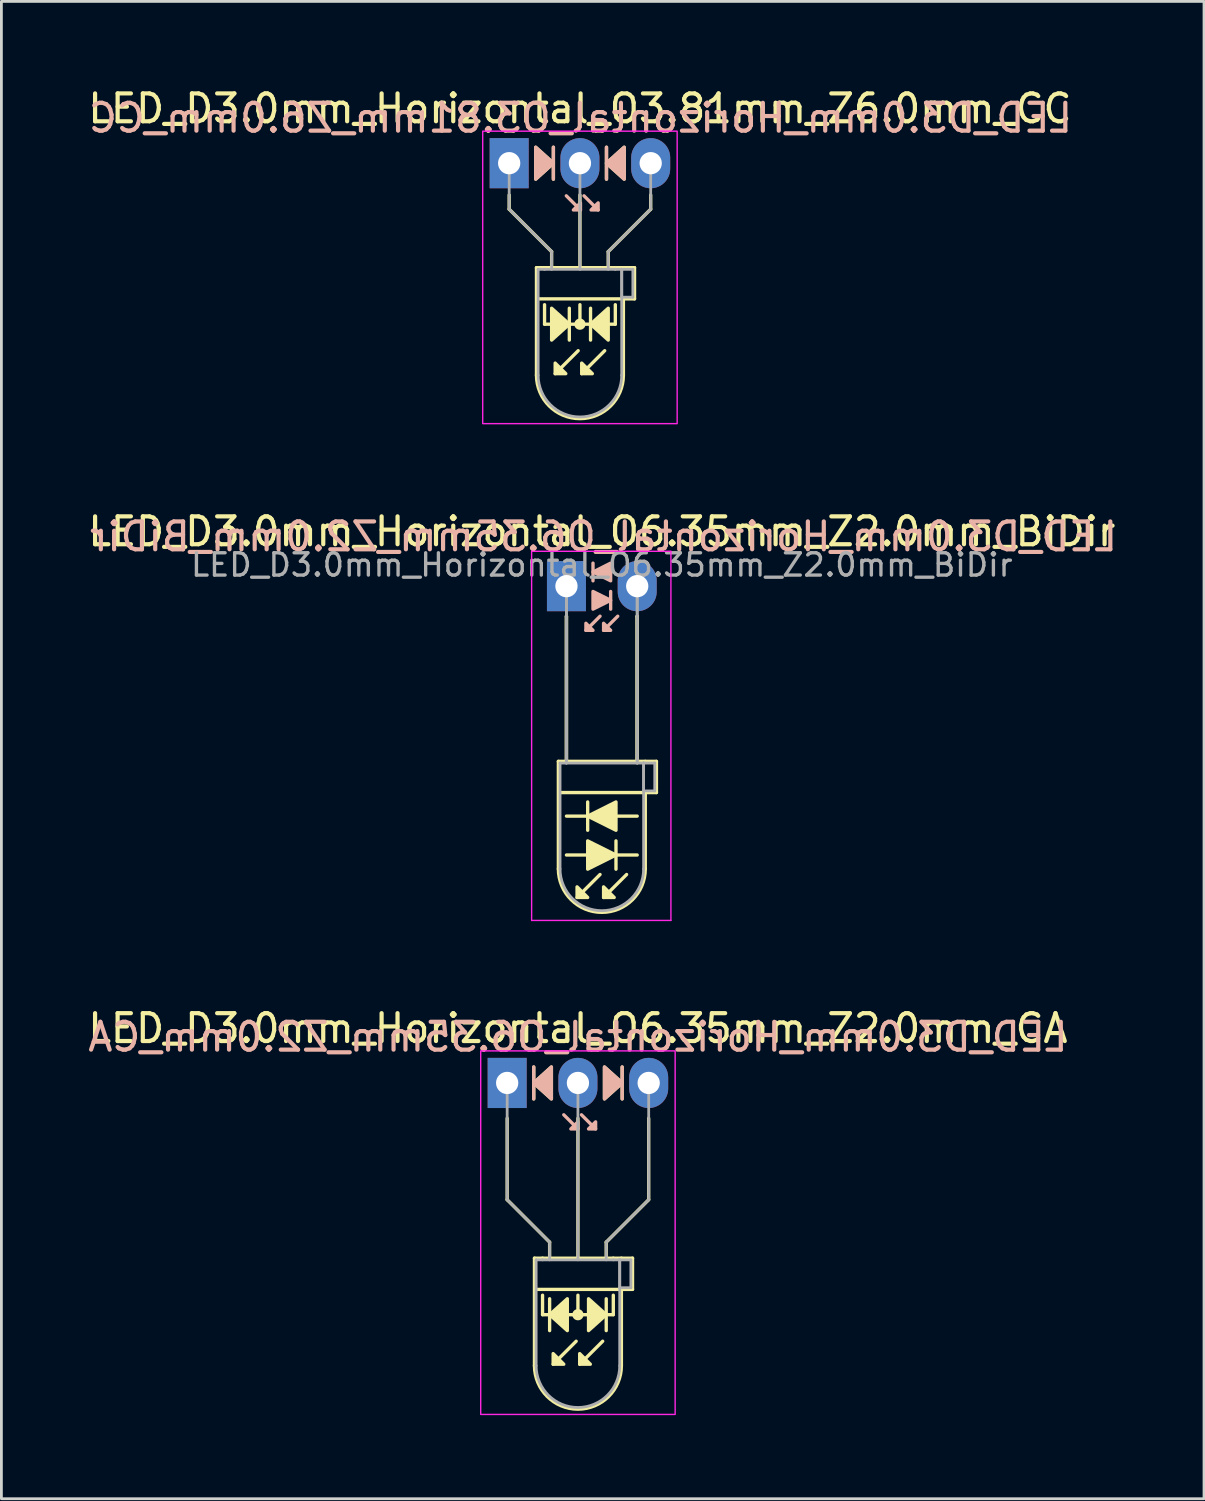
<source format=kicad_pcb>
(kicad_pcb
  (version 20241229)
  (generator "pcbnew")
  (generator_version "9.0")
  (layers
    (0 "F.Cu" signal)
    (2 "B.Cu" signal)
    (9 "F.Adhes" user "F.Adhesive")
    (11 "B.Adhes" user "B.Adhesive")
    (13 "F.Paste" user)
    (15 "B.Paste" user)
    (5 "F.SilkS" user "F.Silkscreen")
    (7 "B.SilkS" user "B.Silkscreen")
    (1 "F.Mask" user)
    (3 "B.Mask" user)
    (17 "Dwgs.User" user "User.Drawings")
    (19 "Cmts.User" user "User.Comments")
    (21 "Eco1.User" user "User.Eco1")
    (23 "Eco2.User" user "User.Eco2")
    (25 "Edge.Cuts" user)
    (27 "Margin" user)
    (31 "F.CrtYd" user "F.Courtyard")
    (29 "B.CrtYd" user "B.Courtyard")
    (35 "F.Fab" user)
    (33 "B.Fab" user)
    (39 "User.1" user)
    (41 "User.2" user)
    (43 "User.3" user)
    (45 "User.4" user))
  (footprint "LED_D3.0mm_Horizontal_O6.35mm_Z2.0mm_CA"
    (layer "F.Cu")
    (at 15.156 35.825)
    (property "Reference" "LED_D3.0mm_Horizontal_O6.35mm_Z2.0mm_CA" (at 2.54 -1.96 0) (layer "F.SilkS") (effects (font (size 1 1) (thickness 0.15))))
    (fp_line (start 0 1.27) (end 0 4.191) (stroke (width 0.12) (type default)) (layer "F.SilkS"))
    (fp_line (start 0 4.191) (end 1.524 5.715) (stroke (width 0.12) (type default)) (layer "F.SilkS"))
    (fp_line (start 0.953 -0.572) (end 0.953 0.572) (stroke (width 0.12) (type solid)) (layer "F.SilkS"))
    (fp_line (start 0.98 6.29) (end 0.98 10.15) (stroke (width 0.12) (type solid)) (layer "F.SilkS"))
    (fp_line (start 0.98 6.29) (end 4.1 6.29) (stroke (width 0.12) (type solid)) (layer "F.SilkS"))
    (fp_line (start 1.27 6.29) (end 1.27 6.29) (stroke (width 0.12) (type solid)) (layer "F.SilkS"))
    (fp_line (start 1.27 8.319) (end 1.27 7.62) (stroke (width 0.12) (type default)) (layer "F.SilkS"))
    (fp_line (start 1.524 5.715) (end 1.524 6.223) (stroke (width 0.12) (type default)) (layer "F.SilkS"))
    (fp_line (start 1.524 7.747) (end 1.524 8.89) (stroke (width 0.12) (type solid)) (layer "F.SilkS"))
    (fp_line (start 2.477 9.271) (end 1.651 10.097) (stroke (width 0.12) (type solid)) (layer "F.SilkS"))
    (fp_line (start 2.54 6.29) (end 2.54 1.27) (stroke (width 0.12) (type default)) (layer "F.SilkS"))
    (fp_line (start 2.54 8.319) (end 2.54 7.62) (stroke (width 0.12) (type default)) (layer "F.SilkS"))
    (fp_line (start 3.429 9.271) (end 2.603 10.097) (stroke (width 0.12) (type solid)) (layer "F.SilkS"))
    (fp_line (start 3.556 5.715) (end 3.556 6.223) (stroke (width 0.12) (type default)) (layer "F.SilkS"))
    (fp_line (start 3.556 8.89) (end 3.556 7.747) (stroke (width 0.12) (type solid)) (layer "F.SilkS"))
    (fp_line (start 3.81 6.29) (end 3.81 6.29) (stroke (width 0.12) (type solid)) (layer "F.SilkS"))
    (fp_line (start 3.81 8.319) (end 1.27 8.319) (stroke (width 0.12) (type default)) (layer "F.SilkS"))
    (fp_line (start 3.81 8.319) (end 3.81 7.62) (stroke (width 0.12) (type default)) (layer "F.SilkS"))
    (fp_line (start 4.1 6.29) (end 4.5 6.29) (stroke (width 0.12) (type solid)) (layer "F.SilkS"))
    (fp_line (start 4.1 7.41) (end 4.1 10.15) (stroke (width 0.12) (type solid)) (layer "F.SilkS"))
    (fp_line (start 4.128 0.572) (end 4.128 -0.572) (stroke (width 0.12) (type solid)) (layer "F.SilkS"))
    (fp_line (start 4.5 6.29) (end 4.5 7.41) (stroke (width 0.12) (type solid)) (layer "F.SilkS"))
    (fp_line (start 4.5 7.41) (end 1.016 7.41) (stroke (width 0.12) (type solid)) (layer "F.SilkS"))
    (fp_line (start 5.08 1.27) (end 5.08 4.191) (stroke (width 0.12) (type default)) (layer "F.SilkS"))
    (fp_line (start 5.08 4.191) (end 3.556 5.715) (stroke (width 0.12) (type default)) (layer "F.SilkS"))
    (fp_arc (start 4.1 10.15) (mid 2.54 11.71) (end 0.98 10.15) (stroke (width 0.12) (type solid)) (layer "F.SilkS"))
    (fp_circle (center 2.54 8.319) (end 2.682 8.319) (stroke (width 0.12) (type solid)) (fill yes) (layer "F.SilkS"))
    (fp_poly (pts (xy 1.587 0.572) (xy 0.953 0) (xy 1.587 -0.572)) (stroke (width 0.12) (type solid)) (fill yes) (layer "F.SilkS"))
    (fp_poly (pts (xy 1.651 9.716) (xy 2.032 10.097) (xy 1.651 10.097)) (stroke (width 0.12) (type solid)) (fill yes) (layer "F.SilkS"))
    (fp_poly (pts (xy 2.159 8.89) (xy 1.524 8.319) (xy 2.159 7.747)) (stroke (width 0.12) (type solid)) (fill yes) (layer "F.SilkS"))
    (fp_poly (pts (xy 2.603 9.716) (xy 2.985 10.097) (xy 2.603 10.097)) (stroke (width 0.12) (type solid)) (fill yes) (layer "F.SilkS"))
    (fp_poly (pts (xy 2.921 7.747) (xy 3.556 8.319) (xy 2.921 8.89)) (stroke (width 0.12) (type solid)) (fill yes) (layer "F.SilkS"))
    (fp_poly (pts (xy 3.493 -0.572) (xy 4.128 0) (xy 3.493 0.572)) (stroke (width 0.12) (type solid)) (fill yes) (layer "F.SilkS"))
    (fp_line (start 0.953 -0.572) (end 0.953 0.572) (stroke (width 0.12) (type solid)) (layer "B.SilkS"))
    (fp_line (start 2.54 1.651) (end 2.032 1.143) (stroke (width 0.12) (type solid)) (layer "B.SilkS"))
    (fp_line (start 3.175 1.651) (end 2.667 1.143) (stroke (width 0.12) (type solid)) (layer "B.SilkS"))
    (fp_line (start 4.128 0.572) (end 4.128 -0.572) (stroke (width 0.12) (type solid)) (layer "B.SilkS"))
    (fp_poly (pts (xy 1.587 0.572) (xy 0.953 0) (xy 1.587 -0.572)) (stroke (width 0.12) (type solid)) (fill yes) (layer "B.SilkS"))
    (fp_poly (pts (xy 2.54 1.397) (xy 2.286 1.651) (xy 2.54 1.651)) (stroke (width 0.12) (type solid)) (fill yes) (layer "B.SilkS"))
    (fp_poly (pts (xy 3.175 1.397) (xy 2.921 1.651) (xy 3.175 1.651)) (stroke (width 0.12) (type solid)) (fill yes) (layer "B.SilkS"))
    (fp_poly (pts (xy 3.493 0.572) (xy 4.128 0) (xy 3.493 -0.572)) (stroke (width 0.12) (type solid)) (fill yes) (layer "B.SilkS"))
    (fp_rect (start -0.95 -1.15) (end 6.03 11.9) (stroke (width 0.05) (type default)) (fill no) (layer "F.CrtYd"))
    (fp_line (start 0 0) (end 0 0) (stroke (width 0.1) (type solid)) (layer "F.Fab"))
    (fp_line (start 0 4.191) (end 0 0) (stroke (width 0.1) (type default)) (layer "F.Fab"))
    (fp_line (start 1.04 6.35) (end 1.04 10.15) (stroke (width 0.1) (type solid)) (layer "F.Fab"))
    (fp_line (start 1.04 6.35) (end 4.04 6.35) (stroke (width 0.1) (type solid)) (layer "F.Fab"))
    (fp_line (start 1.27 6.35) (end 1.27 6.35) (stroke (width 0.1) (type solid)) (layer "F.Fab"))
    (fp_line (start 1.524 5.715) (end 0 4.191) (stroke (width 0.1) (type default)) (layer "F.Fab"))
    (fp_line (start 1.524 6.35) (end 1.524 5.715) (stroke (width 0.1) (type default)) (layer "F.Fab"))
    (fp_line (start 2.54 0) (end 2.54 0) (stroke (width 0.1) (type solid)) (layer "F.Fab"))
    (fp_line (start 2.54 0) (end 2.54 6.35) (stroke (width 0.1) (type default)) (layer "F.Fab"))
    (fp_line (start 3.556 5.715) (end 5.08 4.191) (stroke (width 0.1) (type default)) (layer "F.Fab"))
    (fp_line (start 3.556 6.35) (end 3.556 5.715) (stroke (width 0.1) (type default)) (layer "F.Fab"))
    (fp_line (start 3.81 6.35) (end 3.81 6.35) (stroke (width 0.1) (type solid)) (layer "F.Fab"))
    (fp_line (start 4.04 6.35) (end 4.04 10.15) (stroke (width 0.1) (type solid)) (layer "F.Fab"))
    (fp_line (start 4.04 6.35) (end 4.44 6.35) (stroke (width 0.1) (type solid)) (layer "F.Fab"))
    (fp_line (start 4.04 7.35) (end 4.04 6.35) (stroke (width 0.1) (type solid)) (layer "F.Fab"))
    (fp_line (start 4.44 6.35) (end 4.44 7.35) (stroke (width 0.1) (type solid)) (layer "F.Fab"))
    (fp_line (start 4.44 7.35) (end 4.04 7.35) (stroke (width 0.1) (type solid)) (layer "F.Fab"))
    (fp_line (start 5.08 4.191) (end 5.08 0) (stroke (width 0.1) (type default)) (layer "F.Fab"))
    (fp_arc (start 4.04 10.15) (mid 2.54 11.65) (end 1.04 10.15) (stroke (width 0.1) (type solid)) (layer "F.Fab"))
    (fp_text user "${REFERENCE}" (at 2.54 -1.651 0) (layer "B.SilkS") (effects (font (size 1 1) (thickness 0.15)) (justify mirror)))
    (pad "1" thru_hole rect (at 0 0) (size 1.4 1.8) (drill 0.8) (layers "*.Cu" "*.Mask"))
    (pad "2" thru_hole oval (at 2.54 0) (size 1.4 1.8) (drill 0.8) (layers "*.Cu" "*.Mask"))
    (pad "3" thru_hole oval (at 5.08 0) (size 1.4 1.8) (drill 0.8) (layers "*.Cu" "*.Mask")))
  (footprint "LED_D3.0mm_Horizontal_O6.35mm_Z2.0mm_BiDir"
    (layer "F.Cu")
    (at 17.284 17.991)
    (property "Reference" "LED_D3.0mm_Horizontal_O6.35mm_Z2.0mm_BiDir" (at 1.27 -1.96 0) (layer "F.SilkS") (effects (font (size 1 1) (thickness 0.15))))
    (fp_line (start -0.29 6.29) (end -0.29 10.15) (stroke (width 0.12) (type solid)) (layer "F.SilkS"))
    (fp_line (start -0.29 6.29) (end 2.83 6.29) (stroke (width 0.12) (type solid)) (layer "F.SilkS"))
    (fp_line (start 0 1.08) (end 0 1.08) (stroke (width 0.12) (type solid)) (layer "F.SilkS"))
    (fp_line (start 0 1.08) (end 0 6.29) (stroke (width 0.12) (type solid)) (layer "F.SilkS"))
    (fp_line (start 0 6.29) (end 0 1.08) (stroke (width 0.12) (type solid)) (layer "F.SilkS"))
    (fp_line (start 0 6.29) (end 0 6.29) (stroke (width 0.12) (type solid)) (layer "F.SilkS"))
    (fp_line (start 0 9.652) (end 2.54 9.652) (stroke (width 0.12) (type solid)) (layer "F.SilkS"))
    (fp_line (start 0.762 7.747) (end 0.762 8.763) (stroke (width 0.12) (type solid)) (layer "F.SilkS"))
    (fp_line (start 1.206 10.351) (end 0.381 11.176) (stroke (width 0.12) (type solid)) (layer "F.SilkS"))
    (fp_line (start 1.778 10.16) (end 1.778 9.144) (stroke (width 0.12) (type solid)) (layer "F.SilkS"))
    (fp_line (start 2.159 10.351) (end 1.333 11.176) (stroke (width 0.12) (type solid)) (layer "F.SilkS"))
    (fp_line (start 2.54 1.08) (end 2.54 1.08) (stroke (width 0.12) (type solid)) (layer "F.SilkS"))
    (fp_line (start 2.54 1.08) (end 2.54 6.29) (stroke (width 0.12) (type solid)) (layer "F.SilkS"))
    (fp_line (start 2.54 6.29) (end 2.54 1.08) (stroke (width 0.12) (type solid)) (layer "F.SilkS"))
    (fp_line (start 2.54 6.29) (end 2.54 6.29) (stroke (width 0.12) (type solid)) (layer "F.SilkS"))
    (fp_line (start 2.54 8.255) (end 0 8.255) (stroke (width 0.12) (type solid)) (layer "F.SilkS"))
    (fp_line (start 2.83 6.29) (end 3.23 6.29) (stroke (width 0.12) (type solid)) (layer "F.SilkS"))
    (fp_line (start 2.83 7.41) (end 2.83 10.15) (stroke (width 0.12) (type solid)) (layer "F.SilkS"))
    (fp_line (start 3.23 6.29) (end 3.23 7.41) (stroke (width 0.12) (type solid)) (layer "F.SilkS"))
    (fp_line (start 3.23 7.41) (end -0.254 7.41) (stroke (width 0.12) (type solid)) (layer "F.SilkS"))
    (fp_arc (start 2.83 10.15) (mid 1.27 11.71) (end -0.29 10.15) (stroke (width 0.12) (type solid)) (layer "F.SilkS"))
    (fp_poly (pts (xy 0.381 10.795) (xy 0.762 11.176) (xy 0.381 11.176)) (stroke (width 0.12) (type solid)) (fill yes) (layer "F.SilkS"))
    (fp_poly (pts (xy 0.762 9.144) (xy 1.778 9.652) (xy 0.762 10.16)) (stroke (width 0.12) (type solid)) (fill yes) (layer "F.SilkS"))
    (fp_poly (pts (xy 1.333 10.795) (xy 1.714 11.176) (xy 1.333 11.176)) (stroke (width 0.12) (type solid)) (fill yes) (layer "F.SilkS"))
    (fp_poly (pts (xy 1.778 8.763) (xy 0.762 8.255) (xy 1.778 7.747)) (stroke (width 0.12) (type solid)) (fill yes) (layer "F.SilkS"))
    (fp_line (start 0.953 -0.826) (end 0.953 -0.191) (stroke (width 0.12) (type solid)) (layer "B.SilkS"))
    (fp_line (start 1.206 1.079) (end 0.699 1.587) (stroke (width 0.12) (type solid)) (layer "B.SilkS"))
    (fp_line (start 1.587 0.826) (end 1.587 0.191) (stroke (width 0.12) (type solid)) (layer "B.SilkS"))
    (fp_line (start 1.841 1.079) (end 1.333 1.587) (stroke (width 0.12) (type solid)) (layer "B.SilkS"))
    (fp_poly (pts (xy 0.699 1.333) (xy 0.953 1.587) (xy 0.699 1.587)) (stroke (width 0.12) (type solid)) (fill yes) (layer "B.SilkS"))
    (fp_poly (pts (xy 0.953 0.191) (xy 1.587 0.508) (xy 0.953 0.826)) (stroke (width 0.12) (type solid)) (fill yes) (layer "B.SilkS"))
    (fp_poly (pts (xy 1.333 1.333) (xy 1.587 1.587) (xy 1.333 1.587)) (stroke (width 0.12) (type solid)) (fill yes) (layer "B.SilkS"))
    (fp_poly (pts (xy 1.587 -0.191) (xy 0.953 -0.508) (xy 1.587 -0.826)) (stroke (width 0.12) (type solid)) (fill yes) (layer "B.SilkS"))
    (fp_line (start -1.25 -1.25) (end -1.25 12) (stroke (width 0.05) (type solid)) (layer "F.CrtYd"))
    (fp_line (start -1.25 12) (end 3.75 12) (stroke (width 0.05) (type solid)) (layer "F.CrtYd"))
    (fp_line (start 3.75 -1.25) (end -1.25 -1.25) (stroke (width 0.05) (type solid)) (layer "F.CrtYd"))
    (fp_line (start 3.75 12) (end 3.75 -1.25) (stroke (width 0.05) (type solid)) (layer "F.CrtYd"))
    (fp_line (start -0.23 6.35) (end -0.23 10.15) (stroke (width 0.1) (type solid)) (layer "F.Fab"))
    (fp_line (start -0.23 6.35) (end 2.77 6.35) (stroke (width 0.1) (type solid)) (layer "F.Fab"))
    (fp_line (start 0 0) (end 0 0) (stroke (width 0.1) (type solid)) (layer "F.Fab"))
    (fp_line (start 0 0) (end 0 6.35) (stroke (width 0.1) (type solid)) (layer "F.Fab"))
    (fp_line (start 0 6.35) (end 0 0) (stroke (width 0.1) (type solid)) (layer "F.Fab"))
    (fp_line (start 0 6.35) (end 0 6.35) (stroke (width 0.1) (type solid)) (layer "F.Fab"))
    (fp_line (start 2.54 0) (end 2.54 0) (stroke (width 0.1) (type solid)) (layer "F.Fab"))
    (fp_line (start 2.54 0) (end 2.54 6.35) (stroke (width 0.1) (type solid)) (layer "F.Fab"))
    (fp_line (start 2.54 6.35) (end 2.54 0) (stroke (width 0.1) (type solid)) (layer "F.Fab"))
    (fp_line (start 2.54 6.35) (end 2.54 6.35) (stroke (width 0.1) (type solid)) (layer "F.Fab"))
    (fp_line (start 2.77 6.35) (end 2.77 10.15) (stroke (width 0.1) (type solid)) (layer "F.Fab"))
    (fp_line (start 2.77 6.35) (end 3.17 6.35) (stroke (width 0.1) (type solid)) (layer "F.Fab"))
    (fp_line (start 2.77 7.35) (end 2.77 6.35) (stroke (width 0.1) (type solid)) (layer "F.Fab"))
    (fp_line (start 3.17 6.35) (end 3.17 7.35) (stroke (width 0.1) (type solid)) (layer "F.Fab"))
    (fp_line (start 3.17 7.35) (end 2.77 7.35) (stroke (width 0.1) (type solid)) (layer "F.Fab"))
    (fp_arc (start 2.77 10.15) (mid 1.27 11.65) (end -0.23 10.15) (stroke (width 0.1) (type solid)) (layer "F.Fab"))
    (fp_text user "${REFERENCE}" (at 1.333 -1.778 0) (layer "B.SilkS") (effects (font (size 1 1) (thickness 0.15)) (justify mirror)))
    (fp_text user "${REFERENCE}" (at 1.27 -0.762 0) (layer "F.Fab") (effects (font (size 0.8 0.8) (thickness 0.12))))
    (pad "1" thru_hole rect (at 0 0) (size 1.4 1.8) (drill 0.8) (layers "*.Cu" "*.Mask"))
    (pad "2" thru_hole oval (at 2.54 0) (size 1.4 1.8) (drill 0.8) (layers "*.Cu" "*.Mask")))
  (footprint "LED_D3.0mm_Horizontal_O3.81mm_Z6.0mm_CC"
    (layer "F.Cu")
    (at 15.228 2.808)
    (property "Reference" "LED_D3.0mm_Horizontal_O3.81mm_Z6.0mm_CC" (at 2.54 -1.96 0) (layer "F.SilkS") (effects (font (size 1 1) (thickness 0.15))))
    (fp_line (start 0 1.143) (end 0 1.651) (stroke (width 0.12) (type default)) (layer "F.SilkS"))
    (fp_line (start 0 1.651) (end 1.524 3.175) (stroke (width 0.12) (type default)) (layer "F.SilkS"))
    (fp_line (start 0.98 3.75) (end 0.98 7.61) (stroke (width 0.12) (type solid)) (layer "F.SilkS"))
    (fp_line (start 0.98 3.75) (end 4.1 3.75) (stroke (width 0.12) (type solid)) (layer "F.SilkS"))
    (fp_line (start 1.27 3.75) (end 1.27 3.75) (stroke (width 0.12) (type solid)) (layer "F.SilkS"))
    (fp_line (start 1.27 5.779) (end 1.27 5.08) (stroke (width 0.12) (type default)) (layer "F.SilkS"))
    (fp_line (start 1.524 3.175) (end 1.524 3.683) (stroke (width 0.12) (type default)) (layer "F.SilkS"))
    (fp_line (start 1.587 0.572) (end 1.587 -0.572) (stroke (width 0.12) (type solid)) (layer "F.SilkS"))
    (fp_line (start 2.159 6.35) (end 2.159 5.207) (stroke (width 0.12) (type solid)) (layer "F.SilkS"))
    (fp_line (start 2.477 6.731) (end 1.651 7.556) (stroke (width 0.12) (type solid)) (layer "F.SilkS"))
    (fp_line (start 2.54 3.75) (end 2.54 1.143) (stroke (width 0.12) (type default)) (layer "F.SilkS"))
    (fp_line (start 2.54 5.779) (end 2.54 5.08) (stroke (width 0.12) (type default)) (layer "F.SilkS"))
    (fp_line (start 2.921 5.207) (end 2.921 6.35) (stroke (width 0.12) (type solid)) (layer "F.SilkS"))
    (fp_line (start 3.429 6.731) (end 2.603 7.556) (stroke (width 0.12) (type solid)) (layer "F.SilkS"))
    (fp_line (start 3.493 -0.572) (end 3.493 0.572) (stroke (width 0.12) (type solid)) (layer "F.SilkS"))
    (fp_line (start 3.556 3.175) (end 3.556 3.683) (stroke (width 0.12) (type default)) (layer "F.SilkS"))
    (fp_line (start 3.81 3.75) (end 3.81 3.75) (stroke (width 0.12) (type solid)) (layer "F.SilkS"))
    (fp_line (start 3.81 5.779) (end 1.27 5.779) (stroke (width 0.12) (type default)) (layer "F.SilkS"))
    (fp_line (start 3.81 5.779) (end 3.81 5.08) (stroke (width 0.12) (type default)) (layer "F.SilkS"))
    (fp_line (start 4.1 3.75) (end 4.5 3.75) (stroke (width 0.12) (type solid)) (layer "F.SilkS"))
    (fp_line (start 4.1 4.87) (end 4.1 7.61) (stroke (width 0.12) (type solid)) (layer "F.SilkS"))
    (fp_line (start 4.5 3.75) (end 4.5 4.87) (stroke (width 0.12) (type solid)) (layer "F.SilkS"))
    (fp_line (start 4.5 4.87) (end 1.016 4.87) (stroke (width 0.12) (type solid)) (layer "F.SilkS"))
    (fp_line (start 5.08 1.143) (end 5.08 1.651) (stroke (width 0.12) (type default)) (layer "F.SilkS"))
    (fp_line (start 5.08 1.651) (end 3.556 3.175) (stroke (width 0.12) (type default)) (layer "F.SilkS"))
    (fp_arc (start 4.1 7.61) (mid 2.54 9.17) (end 0.98 7.61) (stroke (width 0.12) (type solid)) (layer "F.SilkS"))
    (fp_circle (center 2.54 5.779) (end 2.682 5.779) (stroke (width 0.12) (type solid)) (fill yes) (layer "F.SilkS"))
    (fp_poly (pts (xy 0.953 -0.572) (xy 1.587 0) (xy 0.953 0.572)) (stroke (width 0.12) (type solid)) (fill yes) (layer "F.SilkS"))
    (fp_poly (pts (xy 1.524 5.207) (xy 2.159 5.779) (xy 1.524 6.35)) (stroke (width 0.12) (type solid)) (fill yes) (layer "F.SilkS"))
    (fp_poly (pts (xy 1.651 7.176) (xy 2.032 7.556) (xy 1.651 7.556)) (stroke (width 0.12) (type solid)) (fill yes) (layer "F.SilkS"))
    (fp_poly (pts (xy 2.603 7.176) (xy 2.985 7.556) (xy 2.603 7.556)) (stroke (width 0.12) (type solid)) (fill yes) (layer "F.SilkS"))
    (fp_poly (pts (xy 3.556 6.35) (xy 2.921 5.779) (xy 3.556 5.207)) (stroke (width 0.12) (type solid)) (fill yes) (layer "F.SilkS"))
    (fp_poly (pts (xy 4.128 0.572) (xy 3.493 0) (xy 4.128 -0.572)) (stroke (width 0.12) (type solid)) (fill yes) (layer "F.SilkS"))
    (fp_line (start 1.587 0.572) (end 1.587 -0.572) (stroke (width 0.12) (type solid)) (layer "B.SilkS"))
    (fp_line (start 2.559 1.679) (end 2.051 1.171) (stroke (width 0.12) (type solid)) (layer "B.SilkS"))
    (fp_line (start 3.194 1.679) (end 2.686 1.171) (stroke (width 0.12) (type solid)) (layer "B.SilkS"))
    (fp_line (start 3.493 -0.572) (end 3.493 0.572) (stroke (width 0.12) (type solid)) (layer "B.SilkS"))
    (fp_poly (pts (xy 0.953 0.572) (xy 1.587 0) (xy 0.953 -0.572)) (stroke (width 0.12) (type solid)) (fill yes) (layer "B.SilkS"))
    (fp_poly (pts (xy 2.559 1.425) (xy 2.305 1.679) (xy 2.559 1.679)) (stroke (width 0.12) (type solid)) (fill yes) (layer "B.SilkS"))
    (fp_poly (pts (xy 3.194 1.425) (xy 2.94 1.679) (xy 3.194 1.679)) (stroke (width 0.12) (type solid)) (fill yes) (layer "B.SilkS"))
    (fp_poly (pts (xy 4.128 0.572) (xy 3.493 0) (xy 4.128 -0.572)) (stroke (width 0.12) (type solid)) (fill yes) (layer "B.SilkS"))
    (fp_rect (start -0.95 -1.15) (end 6.03 9.35) (stroke (width 0.05) (type default)) (fill no) (layer "F.CrtYd"))
    (fp_line (start 0 0) (end 0 0) (stroke (width 0.1) (type solid)) (layer "F.Fab"))
    (fp_line (start 0 1.651) (end 0 0) (stroke (width 0.1) (type default)) (layer "F.Fab"))
    (fp_line (start 1.04 3.81) (end 1.04 7.61) (stroke (width 0.1) (type solid)) (layer "F.Fab"))
    (fp_line (start 1.04 3.81) (end 4.04 3.81) (stroke (width 0.1) (type solid)) (layer "F.Fab"))
    (fp_line (start 1.27 3.81) (end 1.27 3.81) (stroke (width 0.1) (type solid)) (layer "F.Fab"))
    (fp_line (start 1.524 3.175) (end 0 1.651) (stroke (width 0.1) (type default)) (layer "F.Fab"))
    (fp_line (start 1.524 3.81) (end 1.524 3.175) (stroke (width 0.1) (type default)) (layer "F.Fab"))
    (fp_line (start 2.54 0) (end 2.54 0) (stroke (width 0.1) (type solid)) (layer "F.Fab"))
    (fp_line (start 2.54 0) (end 2.54 3.81) (stroke (width 0.1) (type default)) (layer "F.Fab"))
    (fp_line (start 3.556 3.175) (end 5.08 1.651) (stroke (width 0.1) (type default)) (layer "F.Fab"))
    (fp_line (start 3.556 3.81) (end 3.556 3.175) (stroke (width 0.1) (type default)) (layer "F.Fab"))
    (fp_line (start 3.81 3.81) (end 3.81 3.81) (stroke (width 0.1) (type solid)) (layer "F.Fab"))
    (fp_line (start 4.04 3.81) (end 4.04 7.61) (stroke (width 0.1) (type solid)) (layer "F.Fab"))
    (fp_line (start 4.04 3.81) (end 4.44 3.81) (stroke (width 0.1) (type solid)) (layer "F.Fab"))
    (fp_line (start 4.04 4.81) (end 4.04 3.81) (stroke (width 0.1) (type solid)) (layer "F.Fab"))
    (fp_line (start 4.44 3.81) (end 4.44 4.81) (stroke (width 0.1) (type solid)) (layer "F.Fab"))
    (fp_line (start 4.44 4.81) (end 4.04 4.81) (stroke (width 0.1) (type solid)) (layer "F.Fab"))
    (fp_line (start 5.08 1.651) (end 5.08 0) (stroke (width 0.1) (type default)) (layer "F.Fab"))
    (fp_arc (start 4.04 7.61) (mid 2.54 9.11) (end 1.04 7.61) (stroke (width 0.1) (type solid)) (layer "F.Fab"))
    (fp_text user "${REFERENCE}" (at 2.559 -1.623 0) (layer "B.SilkS") (effects (font (size 1 1) (thickness 0.15)) (justify mirror)))
    (pad "1" thru_hole rect (at 0 0) (size 1.4 1.8) (drill 0.8) (layers "*.Cu" "*.Mask"))
    (pad "2" thru_hole oval (at 2.54 0) (size 1.4 1.8) (drill 0.8) (layers "*.Cu" "*.Mask"))
    (pad "3" thru_hole oval (at 5.08 0) (size 1.4 1.8) (drill 0.8) (layers "*.Cu" "*.Mask")))
  (gr_rect
    (start -3 -3)
    (end 40.171 50.75)
    (stroke (width 0.1) (type default))
    (fill no)
    (layer "Edge.Cuts")))
</source>
